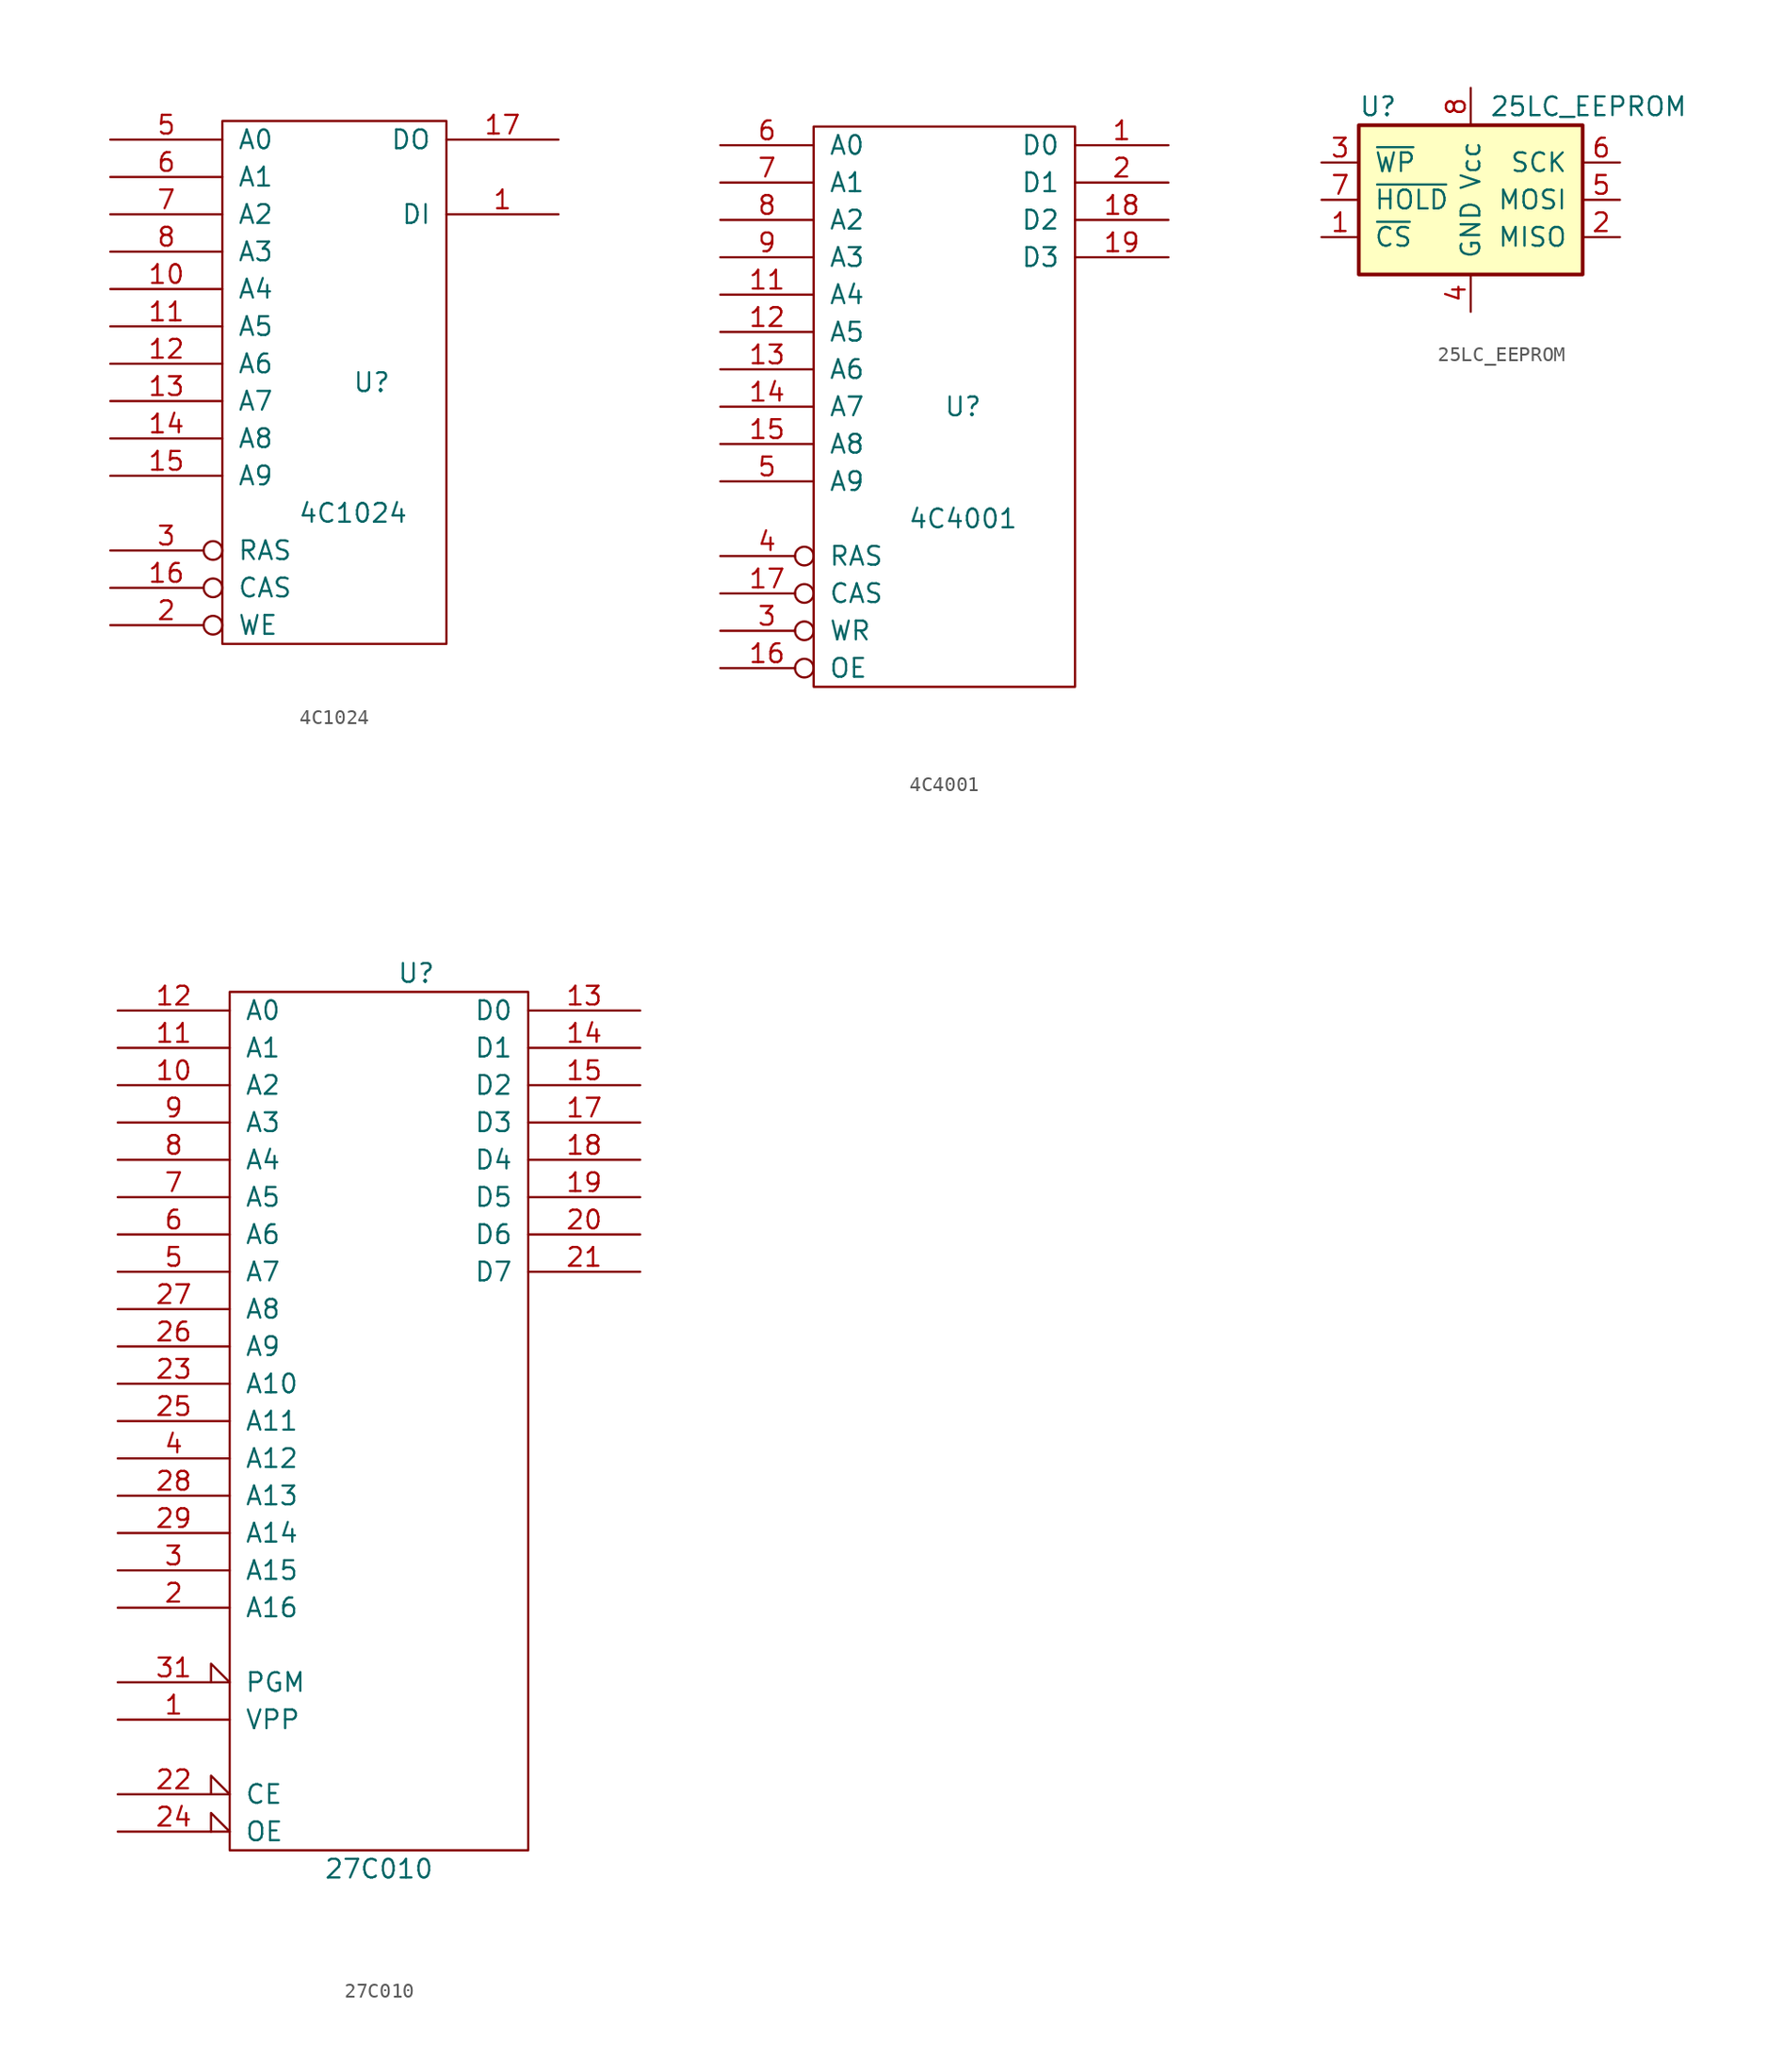
<source format=kicad_sym>
(kicad_symbol_lib
  (version 20231120)
  (generator "kicad_symbol_editor")
  (generator_version "8.0")
  (symbol "4C1024"
    (pin_names
      (offset 1.016))
    (property "Reference" "U"
      (at 2.54 0 0)
      (effects (font (size 1.27 1.27))))
    (property "Value" "4C1024"
      (at 1.27 -8.89 0)
      (effects (font (size 1.27 1.27))))
    (property "Footprint" ""
      (at 0 0 0)
      (effects (font (size 1.27 1.27))))
    (property "Datasheet" ""
      (at 0 0 0)
      (effects (font (size 1.27 1.27))))
    (symbol "4C1024_0_1"
      (rectangle (start -7.62 17.78) (end 7.62 -17.78) (stroke (width 0) (type solid)) (fill (type none))))
    (symbol "4C1024_1_1"
      (pin input line (at 15.24 11.43 180) (length 7.62) (name "DI" (effects (font (size 1.27 1.27)))) (number "1" (effects (font (size 1.27 1.27)))))
      (pin input line (at -15.24 6.35 0) (length 7.62) (name "A4" (effects (font (size 1.27 1.27)))) (number "10" (effects (font (size 1.27 1.27)))))
      (pin input line (at -15.24 3.81 0) (length 7.62) (name "A5" (effects (font (size 1.27 1.27)))) (number "11" (effects (font (size 1.27 1.27)))))
      (pin input line (at -15.24 1.27 0) (length 7.62) (name "A6" (effects (font (size 1.27 1.27)))) (number "12" (effects (font (size 1.27 1.27)))))
      (pin input line (at -15.24 -1.27 0) (length 7.62) (name "A7" (effects (font (size 1.27 1.27)))) (number "13" (effects (font (size 1.27 1.27)))))
      (pin input line (at -15.24 -3.81 0) (length 7.62) (name "A8" (effects (font (size 1.27 1.27)))) (number "14" (effects (font (size 1.27 1.27)))))
      (pin input line (at -15.24 -6.35 0) (length 7.62) (name "A9" (effects (font (size 1.27 1.27)))) (number "15" (effects (font (size 1.27 1.27)))))
      (pin input inverted (at -15.24 -13.97 0) (length 7.62) (name "CAS" (effects (font (size 1.27 1.27)))) (number "16" (effects (font (size 1.27 1.27)))))
      (pin tri_state line (at 15.24 16.51 180) (length 7.62) (name "DO" (effects (font (size 1.27 1.27)))) (number "17" (effects (font (size 1.27 1.27)))))
      (pin power_in line (at -5.08 -17.78 90) (length 0) hide (name "GND" (effects (font (size 1.27 1.27)))) (number "18" (effects (font (size 1.27 1.27)))))
      (pin input inverted (at -15.24 -16.51 0) (length 7.62) (name "WE" (effects (font (size 1.27 1.27)))) (number "2" (effects (font (size 1.27 1.27)))))
      (pin input inverted (at -15.24 -11.43 0) (length 7.62) (name "RAS" (effects (font (size 1.27 1.27)))) (number "3" (effects (font (size 1.27 1.27)))))
      (pin input line (at -15.24 16.51 0) (length 7.62) (name "A0" (effects (font (size 1.27 1.27)))) (number "5" (effects (font (size 1.27 1.27)))))
      (pin input line (at -15.24 13.97 0) (length 7.62) (name "A1" (effects (font (size 1.27 1.27)))) (number "6" (effects (font (size 1.27 1.27)))))
      (pin input line (at -15.24 11.43 0) (length 7.62) (name "A2" (effects (font (size 1.27 1.27)))) (number "7" (effects (font (size 1.27 1.27)))))
      (pin input line (at -15.24 8.89 0) (length 7.62) (name "A3" (effects (font (size 1.27 1.27)))) (number "8" (effects (font (size 1.27 1.27)))))
      (pin power_in line (at -5.08 17.78 90) (length 0) hide (name "VCC" (effects (font (size 1.27 1.27)))) (number "9" (effects (font (size 1.27 1.27)))))))
  (symbol "4C4001"
    (pin_names
      (offset 1.016))
    (property "Reference" "U"
      (at 1.27 0 0)
      (effects (font (size 1.27 1.27))))
    (property "Value" "4C4001"
      (at 1.27 -7.62 0)
      (effects (font (size 1.27 1.27))))
    (property "Footprint" ""
      (at 0 0 0)
      (effects (font (size 1.27 1.27))))
    (property "Datasheet" ""
      (at 0 0 0)
      (effects (font (size 1.27 1.27))))
    (symbol "4C4001_0_1"
      (rectangle (start -8.89 19.05) (end 8.89 -19.05) (stroke (width 0) (type solid)) (fill (type none))))
    (symbol "4C4001_1_1"
      (pin tri_state line (at 15.24 17.78 180) (length 6.35) (name "D0" (effects (font (size 1.27 1.27)))) (number "1" (effects (font (size 1.27 1.27)))))
      (pin power_in line (at -6.35 17.78 90) (length 1.27) hide (name "VCC" (effects (font (size 1.27 1.27)))) (number "10" (effects (font (size 1.27 1.27)))))
      (pin input line (at -15.24 7.62 0) (length 6.35) (name "A4" (effects (font (size 1.27 1.27)))) (number "11" (effects (font (size 1.27 1.27)))))
      (pin input line (at -15.24 5.08 0) (length 6.35) (name "A5" (effects (font (size 1.27 1.27)))) (number "12" (effects (font (size 1.27 1.27)))))
      (pin input line (at -15.24 2.54 0) (length 6.35) (name "A6" (effects (font (size 1.27 1.27)))) (number "13" (effects (font (size 1.27 1.27)))))
      (pin input line (at -15.24 0 0) (length 6.35) (name "A7" (effects (font (size 1.27 1.27)))) (number "14" (effects (font (size 1.27 1.27)))))
      (pin input line (at -15.24 -2.54 0) (length 6.35) (name "A8" (effects (font (size 1.27 1.27)))) (number "15" (effects (font (size 1.27 1.27)))))
      (pin input inverted (at -15.24 -17.78 0) (length 6.35) (name "OE" (effects (font (size 1.27 1.27)))) (number "16" (effects (font (size 1.27 1.27)))))
      (pin input inverted (at -15.24 -12.7 0) (length 6.35) (name "CAS" (effects (font (size 1.27 1.27)))) (number "17" (effects (font (size 1.27 1.27)))))
      (pin tri_state line (at 15.24 12.7 180) (length 6.35) (name "D2" (effects (font (size 1.27 1.27)))) (number "18" (effects (font (size 1.27 1.27)))))
      (pin tri_state line (at 15.24 10.16 180) (length 6.35) (name "D3" (effects (font (size 1.27 1.27)))) (number "19" (effects (font (size 1.27 1.27)))))
      (pin tri_state line (at 15.24 15.24 180) (length 6.35) (name "D1" (effects (font (size 1.27 1.27)))) (number "2" (effects (font (size 1.27 1.27)))))
      (pin power_in line (at -6.35 -20.32 90) (length 1.27) hide (name "GND" (effects (font (size 1.27 1.27)))) (number "20" (effects (font (size 1.27 1.27)))))
      (pin input inverted (at -15.24 -15.24 0) (length 6.35) (name "WR" (effects (font (size 1.27 1.27)))) (number "3" (effects (font (size 1.27 1.27)))))
      (pin input inverted (at -15.24 -10.16 0) (length 6.35) (name "RAS" (effects (font (size 1.27 1.27)))) (number "4" (effects (font (size 1.27 1.27)))))
      (pin input line (at -15.24 -5.08 0) (length 6.35) (name "A9" (effects (font (size 1.27 1.27)))) (number "5" (effects (font (size 1.27 1.27)))))
      (pin input line (at -15.24 17.78 0) (length 6.35) (name "A0" (effects (font (size 1.27 1.27)))) (number "6" (effects (font (size 1.27 1.27)))))
      (pin input line (at -15.24 15.24 0) (length 6.35) (name "A1" (effects (font (size 1.27 1.27)))) (number "7" (effects (font (size 1.27 1.27)))))
      (pin input line (at -15.24 12.7 0) (length 6.35) (name "A2" (effects (font (size 1.27 1.27)))) (number "8" (effects (font (size 1.27 1.27)))))
      (pin input line (at -15.24 10.16 0) (length 6.35) (name "A3" (effects (font (size 1.27 1.27)))) (number "9" (effects (font (size 1.27 1.27)))))))
  (symbol "25LC_EEPROM"
    (pin_names
      (offset 1.016))
    (property "Reference" "U"
      (at -7.62 6.35 0)
      (effects (font (size 1.27 1.27)) (justify left)))
    (property "Value" "25LC_EEPROM"
      (at 1.27 6.35 0)
      (effects (font (size 1.27 1.27)) (justify left)))
    (property "Footprint" ""
      (at -8.89 -1.27 0)
      (effects (font (size 1.27 1.27))))
    (property "Datasheet" ""
      (at -8.89 -1.27 0)
      (effects (font (size 1.27 1.27))))
    (symbol "25LC_EEPROM_0_1"
      (rectangle (start -7.62 5.08) (end 7.62 -5.08) (stroke (width 0.254) (type solid)) (fill (type background))))
    (symbol "25LC_EEPROM_1_1"
      (pin input line (at -10.16 -2.54 0) (length 2.54) (name "~{CS}" (effects (font (size 1.27 1.27)))) (number "1" (effects (font (size 1.27 1.27)))))
      (pin input line (at 10.16 -2.54 180) (length 2.54) (name "MISO" (effects (font (size 1.27 1.27)))) (number "2" (effects (font (size 1.27 1.27)))))
      (pin input line (at -10.16 2.54 0) (length 2.54) (name "~{WP}" (effects (font (size 1.27 1.27)))) (number "3" (effects (font (size 1.27 1.27)))))
      (pin power_in line (at 0 -7.62 90) (length 2.54) (name "GND" (effects (font (size 1.27 1.27)))) (number "4" (effects (font (size 1.27 1.27)))))
      (pin input line (at 10.16 0 180) (length 2.54) (name "MOSI" (effects (font (size 1.27 1.27)))) (number "5" (effects (font (size 1.27 1.27)))))
      (pin input line (at 10.16 2.54 180) (length 2.54) (name "SCK" (effects (font (size 1.27 1.27)))) (number "6" (effects (font (size 1.27 1.27)))))
      (pin input line (at -10.16 0 0) (length 2.54) (name "~{HOLD}" (effects (font (size 1.27 1.27)))) (number "7" (effects (font (size 1.27 1.27)))))
      (pin power_in line (at 0 7.62 270) (length 2.54) (name "Vcc" (effects (font (size 1.27 1.27)))) (number "8" (effects (font (size 1.27 1.27)))))))
  (symbol "27C010"
    (pin_names
      (offset 1.016))
    (property "Reference" "U"
      (at 2.54 25.4 0)
      (effects (font (size 1.27 1.27))))
    (property "Value" "27C010"
      (at 0 -35.56 0)
      (effects (font (size 1.27 1.27))))
    (property "Footprint" ""
      (at 0 0 0)
      (effects (font (size 1.27 1.27))))
    (property "Datasheet" ""
      (at 0 0 0)
      (effects (font (size 1.27 1.27))))
    (symbol "27C010_0_0"
      (pin power_in line (at 0 -35.56 90) (length 1.27) hide (name "GND" (effects (font (size 1.27 1.27)))) (number "16" (effects (font (size 1.27 1.27)))))
      (pin power_in line (at 0 25.4 270) (length 1.27) hide (name "VCC" (effects (font (size 1.27 1.27)))) (number "32" (effects (font (size 1.27 1.27))))))
    (symbol "27C010_0_1"
      (rectangle (start -10.16 24.13) (end 10.16 -34.29) (stroke (width 0) (type solid)) (fill (type none))))
    (symbol "27C010_1_1"
      (pin input line (at -17.78 -25.4 0) (length 7.62) (name "VPP" (effects (font (size 1.27 1.27)))) (number "1" (effects (font (size 1.27 1.27)))))
      (pin input line (at -17.78 17.78 0) (length 7.62) (name "A2" (effects (font (size 1.27 1.27)))) (number "10" (effects (font (size 1.27 1.27)))))
      (pin input line (at -17.78 20.32 0) (length 7.62) (name "A1" (effects (font (size 1.27 1.27)))) (number "11" (effects (font (size 1.27 1.27)))))
      (pin input line (at -17.78 22.86 0) (length 7.62) (name "A0" (effects (font (size 1.27 1.27)))) (number "12" (effects (font (size 1.27 1.27)))))
      (pin tri_state line (at 17.78 22.86 180) (length 7.62) (name "D0" (effects (font (size 1.27 1.27)))) (number "13" (effects (font (size 1.27 1.27)))))
      (pin tri_state line (at 17.78 20.32 180) (length 7.62) (name "D1" (effects (font (size 1.27 1.27)))) (number "14" (effects (font (size 1.27 1.27)))))
      (pin tri_state line (at 17.78 17.78 180) (length 7.62) (name "D2" (effects (font (size 1.27 1.27)))) (number "15" (effects (font (size 1.27 1.27)))))
      (pin tri_state line (at 17.78 15.24 180) (length 7.62) (name "D3" (effects (font (size 1.27 1.27)))) (number "17" (effects (font (size 1.27 1.27)))))
      (pin tri_state line (at 17.78 12.7 180) (length 7.62) (name "D4" (effects (font (size 1.27 1.27)))) (number "18" (effects (font (size 1.27 1.27)))))
      (pin tri_state line (at 17.78 10.16 180) (length 7.62) (name "D5" (effects (font (size 1.27 1.27)))) (number "19" (effects (font (size 1.27 1.27)))))
      (pin input line (at -17.78 -17.78 0) (length 7.62) (name "A16" (effects (font (size 1.27 1.27)))) (number "2" (effects (font (size 1.27 1.27)))))
      (pin tri_state line (at 17.78 7.62 180) (length 7.62) (name "D6" (effects (font (size 1.27 1.27)))) (number "20" (effects (font (size 1.27 1.27)))))
      (pin tri_state line (at 17.78 5.08 180) (length 7.62) (name "D7" (effects (font (size 1.27 1.27)))) (number "21" (effects (font (size 1.27 1.27)))))
      (pin input input_low (at -17.78 -30.48 0) (length 7.62) (name "CE" (effects (font (size 1.27 1.27)))) (number "22" (effects (font (size 1.27 1.27)))))
      (pin input line (at -17.78 -2.54 0) (length 7.62) (name "A10" (effects (font (size 1.27 1.27)))) (number "23" (effects (font (size 1.27 1.27)))))
      (pin input input_low (at -17.78 -33.02 0) (length 7.62) (name "OE" (effects (font (size 1.27 1.27)))) (number "24" (effects (font (size 1.27 1.27)))))
      (pin input line (at -17.78 -5.08 0) (length 7.62) (name "A11" (effects (font (size 1.27 1.27)))) (number "25" (effects (font (size 1.27 1.27)))))
      (pin input line (at -17.78 0 0) (length 7.62) (name "A9" (effects (font (size 1.27 1.27)))) (number "26" (effects (font (size 1.27 1.27)))))
      (pin input line (at -17.78 2.54 0) (length 7.62) (name "A8" (effects (font (size 1.27 1.27)))) (number "27" (effects (font (size 1.27 1.27)))))
      (pin input line (at -17.78 -10.16 0) (length 7.62) (name "A13" (effects (font (size 1.27 1.27)))) (number "28" (effects (font (size 1.27 1.27)))))
      (pin input line (at -17.78 -12.7 0) (length 7.62) (name "A14" (effects (font (size 1.27 1.27)))) (number "29" (effects (font (size 1.27 1.27)))))
      (pin input line (at -17.78 -15.24 0) (length 7.62) (name "A15" (effects (font (size 1.27 1.27)))) (number "3" (effects (font (size 1.27 1.27)))))
      (pin input input_low (at -17.78 -22.86 0) (length 7.62) (name "PGM" (effects (font (size 1.27 1.27)))) (number "31" (effects (font (size 1.27 1.27)))))
      (pin input line (at -17.78 -7.62 0) (length 7.62) (name "A12" (effects (font (size 1.27 1.27)))) (number "4" (effects (font (size 1.27 1.27)))))
      (pin input line (at -17.78 5.08 0) (length 7.62) (name "A7" (effects (font (size 1.27 1.27)))) (number "5" (effects (font (size 1.27 1.27)))))
      (pin input line (at -17.78 7.62 0) (length 7.62) (name "A6" (effects (font (size 1.27 1.27)))) (number "6" (effects (font (size 1.27 1.27)))))
      (pin input line (at -17.78 10.16 0) (length 7.62) (name "A5" (effects (font (size 1.27 1.27)))) (number "7" (effects (font (size 1.27 1.27)))))
      (pin input line (at -17.78 12.7 0) (length 7.62) (name "A4" (effects (font (size 1.27 1.27)))) (number "8" (effects (font (size 1.27 1.27)))))
      (pin input line (at -17.78 15.24 0) (length 7.62) (name "A3" (effects (font (size 1.27 1.27)))) (number "9" (effects (font (size 1.27 1.27))))))))
</source>
